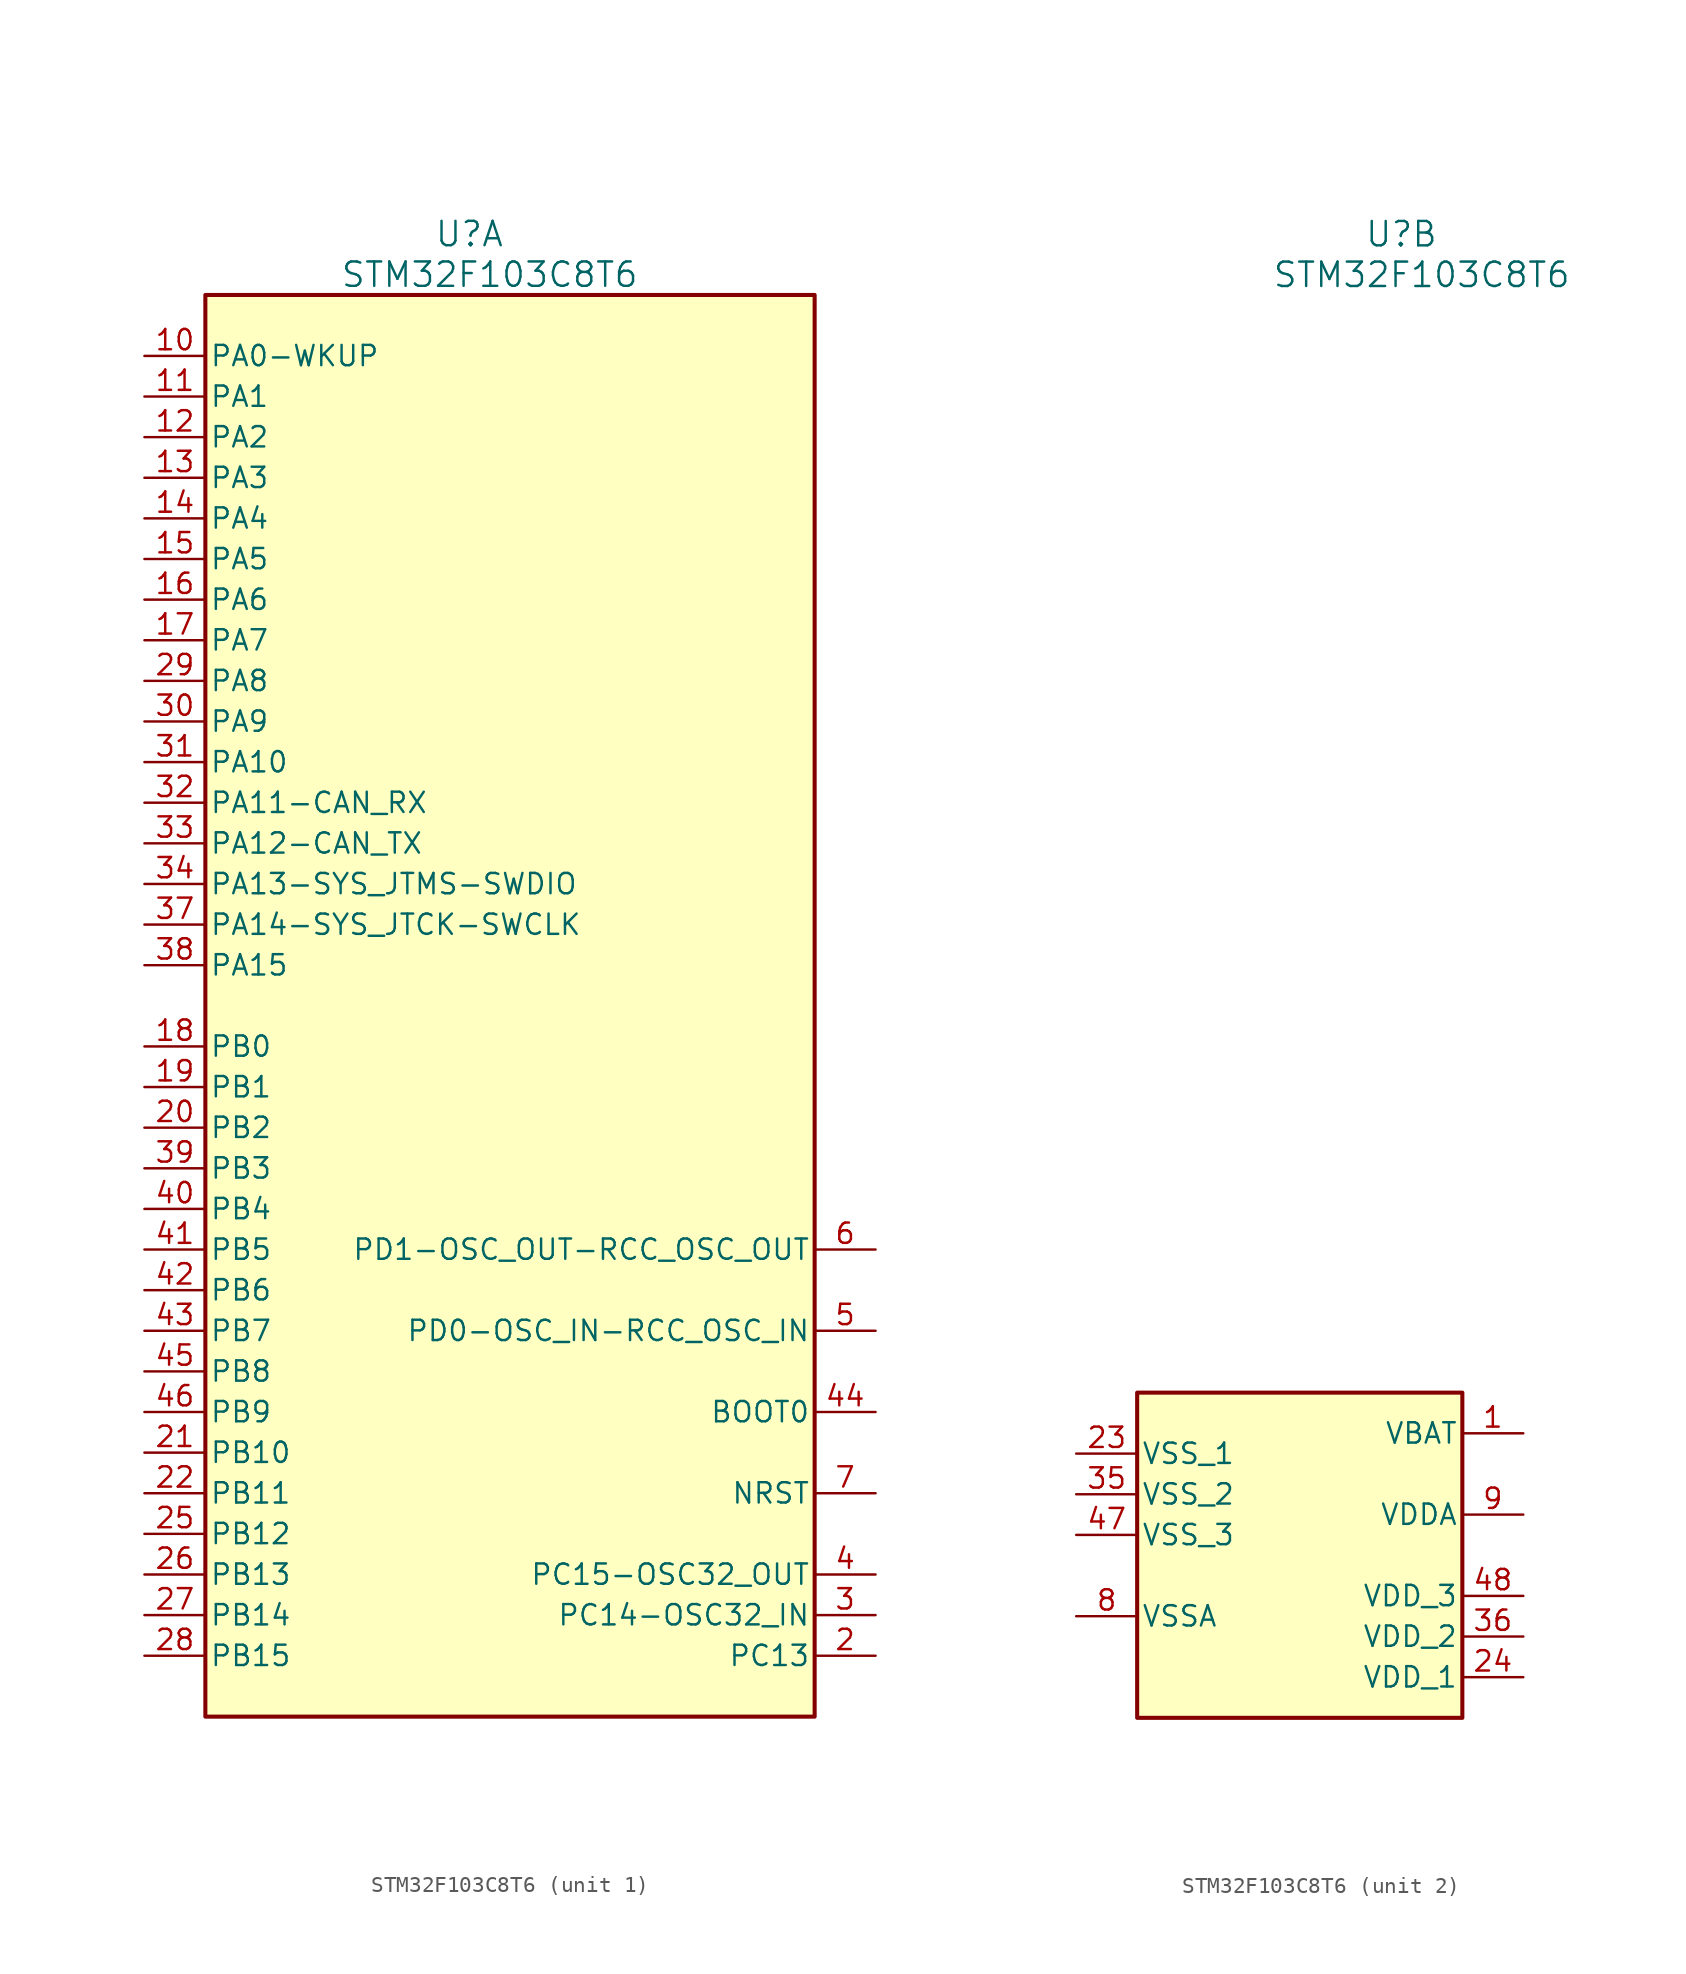
<source format=kicad_sym>
(kicad_symbol_lib
  (version 20231120)
  (generator "kicad_symbol_editor")
  (generator_version "8.0")
  (symbol "STM32F103C8T6"
    (pin_names
      (offset 0.254))
    (property "Reference" "U"
      (at 16.51 92.71 0)
      (effects (font (size 1.524 1.524))))
    (property "Value" "STM32F103C8T6"
      (at 17.78 90.17 0)
      (effects (font (size 1.524 1.524))))
    (property "ki_locked" ""
      (at 0 0 0)
      (effects (font (size 1.27 1.27))))
    (symbol "STM32F103C8T6_1_1"
      (rectangle (start 0 88.9) (end 38.1 0) (stroke (width 0.254) (type default)) (fill (type background)))
      (pin bidirectional line (at -3.81 85.09 0) (length 3.81) (name "PA0-WKUP" (effects (font (size 1.27 1.27)))) (number "10" (effects (font (size 1.27 1.27)))))
      (pin bidirectional line (at -3.81 82.55 0) (length 3.81) (name "PA1" (effects (font (size 1.27 1.27)))) (number "11" (effects (font (size 1.27 1.27)))))
      (pin bidirectional line (at -3.81 80.01 0) (length 3.81) (name "PA2" (effects (font (size 1.27 1.27)))) (number "12" (effects (font (size 1.27 1.27)))))
      (pin bidirectional line (at -3.81 77.47 0) (length 3.81) (name "PA3" (effects (font (size 1.27 1.27)))) (number "13" (effects (font (size 1.27 1.27)))))
      (pin bidirectional line (at -3.81 74.93 0) (length 3.81) (name "PA4" (effects (font (size 1.27 1.27)))) (number "14" (effects (font (size 1.27 1.27)))))
      (pin bidirectional line (at -3.81 72.39 0) (length 3.81) (name "PA5" (effects (font (size 1.27 1.27)))) (number "15" (effects (font (size 1.27 1.27)))))
      (pin bidirectional line (at -3.81 69.85 0) (length 3.81) (name "PA6" (effects (font (size 1.27 1.27)))) (number "16" (effects (font (size 1.27 1.27)))))
      (pin bidirectional line (at -3.81 67.31 0) (length 3.81) (name "PA7" (effects (font (size 1.27 1.27)))) (number "17" (effects (font (size 1.27 1.27)))))
      (pin bidirectional line (at -3.81 41.91 0) (length 3.81) (name "PB0" (effects (font (size 1.27 1.27)))) (number "18" (effects (font (size 1.27 1.27)))))
      (pin bidirectional line (at -3.81 39.37 0) (length 3.81) (name "PB1" (effects (font (size 1.27 1.27)))) (number "19" (effects (font (size 1.27 1.27)))))
      (pin bidirectional line (at 41.91 3.81 180) (length 3.81) (name "PC13" (effects (font (size 1.27 1.27)))) (number "2" (effects (font (size 1.27 1.27)))))
      (pin bidirectional line (at -3.81 36.83 0) (length 3.81) (name "PB2" (effects (font (size 1.27 1.27)))) (number "20" (effects (font (size 1.27 1.27)))))
      (pin bidirectional line (at -3.81 16.51 0) (length 3.81) (name "PB10" (effects (font (size 1.27 1.27)))) (number "21" (effects (font (size 1.27 1.27)))))
      (pin bidirectional line (at -3.81 13.97 0) (length 3.81) (name "PB11" (effects (font (size 1.27 1.27)))) (number "22" (effects (font (size 1.27 1.27)))))
      (pin bidirectional line (at -3.81 11.43 0) (length 3.81) (name "PB12" (effects (font (size 1.27 1.27)))) (number "25" (effects (font (size 1.27 1.27)))))
      (pin bidirectional line (at -3.81 8.89 0) (length 3.81) (name "PB13" (effects (font (size 1.27 1.27)))) (number "26" (effects (font (size 1.27 1.27)))))
      (pin bidirectional line (at -3.81 6.35 0) (length 3.81) (name "PB14" (effects (font (size 1.27 1.27)))) (number "27" (effects (font (size 1.27 1.27)))))
      (pin bidirectional line (at -3.81 3.81 0) (length 3.81) (name "PB15" (effects (font (size 1.27 1.27)))) (number "28" (effects (font (size 1.27 1.27)))))
      (pin bidirectional line (at -3.81 64.77 0) (length 3.81) (name "PA8" (effects (font (size 1.27 1.27)))) (number "29" (effects (font (size 1.27 1.27)))))
      (pin bidirectional line (at 41.91 6.35 180) (length 3.81) (name "PC14-OSC32_IN" (effects (font (size 1.27 1.27)))) (number "3" (effects (font (size 1.27 1.27)))))
      (pin bidirectional line (at -3.81 62.23 0) (length 3.81) (name "PA9" (effects (font (size 1.27 1.27)))) (number "30" (effects (font (size 1.27 1.27)))))
      (pin bidirectional line (at -3.81 59.69 0) (length 3.81) (name "PA10" (effects (font (size 1.27 1.27)))) (number "31" (effects (font (size 1.27 1.27)))))
      (pin unspecified line (at -3.81 57.15 0) (length 3.81) (name "PA11-CAN_RX" (effects (font (size 1.27 1.27)))) (number "32" (effects (font (size 1.27 1.27)))))
      (pin unspecified line (at -3.81 54.61 0) (length 3.81) (name "PA12-CAN_TX" (effects (font (size 1.27 1.27)))) (number "33" (effects (font (size 1.27 1.27)))))
      (pin unspecified line (at -3.81 52.07 0) (length 3.81) (name "PA13-SYS_JTMS-SWDIO" (effects (font (size 1.27 1.27)))) (number "34" (effects (font (size 1.27 1.27)))))
      (pin unspecified line (at -3.81 49.53 0) (length 3.81) (name "PA14-SYS_JTCK-SWCLK" (effects (font (size 1.27 1.27)))) (number "37" (effects (font (size 1.27 1.27)))))
      (pin bidirectional line (at -3.81 46.99 0) (length 3.81) (name "PA15" (effects (font (size 1.27 1.27)))) (number "38" (effects (font (size 1.27 1.27)))))
      (pin bidirectional line (at -3.81 34.29 0) (length 3.81) (name "PB3" (effects (font (size 1.27 1.27)))) (number "39" (effects (font (size 1.27 1.27)))))
      (pin bidirectional line (at 41.91 8.89 180) (length 3.81) (name "PC15-OSC32_OUT" (effects (font (size 1.27 1.27)))) (number "4" (effects (font (size 1.27 1.27)))))
      (pin bidirectional line (at -3.81 31.75 0) (length 3.81) (name "PB4" (effects (font (size 1.27 1.27)))) (number "40" (effects (font (size 1.27 1.27)))))
      (pin bidirectional line (at -3.81 29.21 0) (length 3.81) (name "PB5" (effects (font (size 1.27 1.27)))) (number "41" (effects (font (size 1.27 1.27)))))
      (pin bidirectional line (at -3.81 26.67 0) (length 3.81) (name "PB6" (effects (font (size 1.27 1.27)))) (number "42" (effects (font (size 1.27 1.27)))))
      (pin bidirectional line (at -3.81 24.13 0) (length 3.81) (name "PB7" (effects (font (size 1.27 1.27)))) (number "43" (effects (font (size 1.27 1.27)))))
      (pin input line (at 41.91 19.05 180) (length 3.81) (name "BOOT0" (effects (font (size 1.27 1.27)))) (number "44" (effects (font (size 1.27 1.27)))))
      (pin bidirectional line (at -3.81 21.59 0) (length 3.81) (name "PB8" (effects (font (size 1.27 1.27)))) (number "45" (effects (font (size 1.27 1.27)))))
      (pin bidirectional line (at -3.81 19.05 0) (length 3.81) (name "PB9" (effects (font (size 1.27 1.27)))) (number "46" (effects (font (size 1.27 1.27)))))
      (pin unspecified line (at 41.91 24.13 180) (length 3.81) (name "PD0-OSC_IN-RCC_OSC_IN" (effects (font (size 1.27 1.27)))) (number "5" (effects (font (size 1.27 1.27)))))
      (pin unspecified line (at 41.91 29.21 180) (length 3.81) (name "PD1-OSC_OUT-RCC_OSC_OUT" (effects (font (size 1.27 1.27)))) (number "6" (effects (font (size 1.27 1.27)))))
      (pin bidirectional line (at 41.91 13.97 180) (length 3.81) (name "NRST" (effects (font (size 1.27 1.27)))) (number "7" (effects (font (size 1.27 1.27))))))
    (symbol "STM32F103C8T6_2_1"
      (rectangle (start 0 20.32) (end 20.32 0) (stroke (width 0.254) (type default)) (fill (type background)))
      (pin power_in line (at 24.13 17.78 180) (length 3.81) (name "VBAT" (effects (font (size 1.27 1.27)))) (number "1" (effects (font (size 1.27 1.27)))))
      (pin power_in line (at -3.81 16.51 0) (length 3.81) (name "VSS_1" (effects (font (size 1.27 1.27)))) (number "23" (effects (font (size 1.27 1.27)))))
      (pin power_in line (at 24.13 2.54 180) (length 3.81) (name "VDD_1" (effects (font (size 1.27 1.27)))) (number "24" (effects (font (size 1.27 1.27)))))
      (pin power_in line (at -3.81 13.97 0) (length 3.81) (name "VSS_2" (effects (font (size 1.27 1.27)))) (number "35" (effects (font (size 1.27 1.27)))))
      (pin power_in line (at 24.13 5.08 180) (length 3.81) (name "VDD_2" (effects (font (size 1.27 1.27)))) (number "36" (effects (font (size 1.27 1.27)))))
      (pin power_in line (at -3.81 11.43 0) (length 3.81) (name "VSS_3" (effects (font (size 1.27 1.27)))) (number "47" (effects (font (size 1.27 1.27)))))
      (pin power_in line (at 24.13 7.62 180) (length 3.81) (name "VDD_3" (effects (font (size 1.27 1.27)))) (number "48" (effects (font (size 1.27 1.27)))))
      (pin power_in line (at -3.81 6.35 0) (length 3.81) (name "VSSA" (effects (font (size 1.27 1.27)))) (number "8" (effects (font (size 1.27 1.27)))))
      (pin power_in line (at 24.13 12.7 180) (length 3.81) (name "VDDA" (effects (font (size 1.27 1.27)))) (number "9" (effects (font (size 1.27 1.27))))))))
</source>
